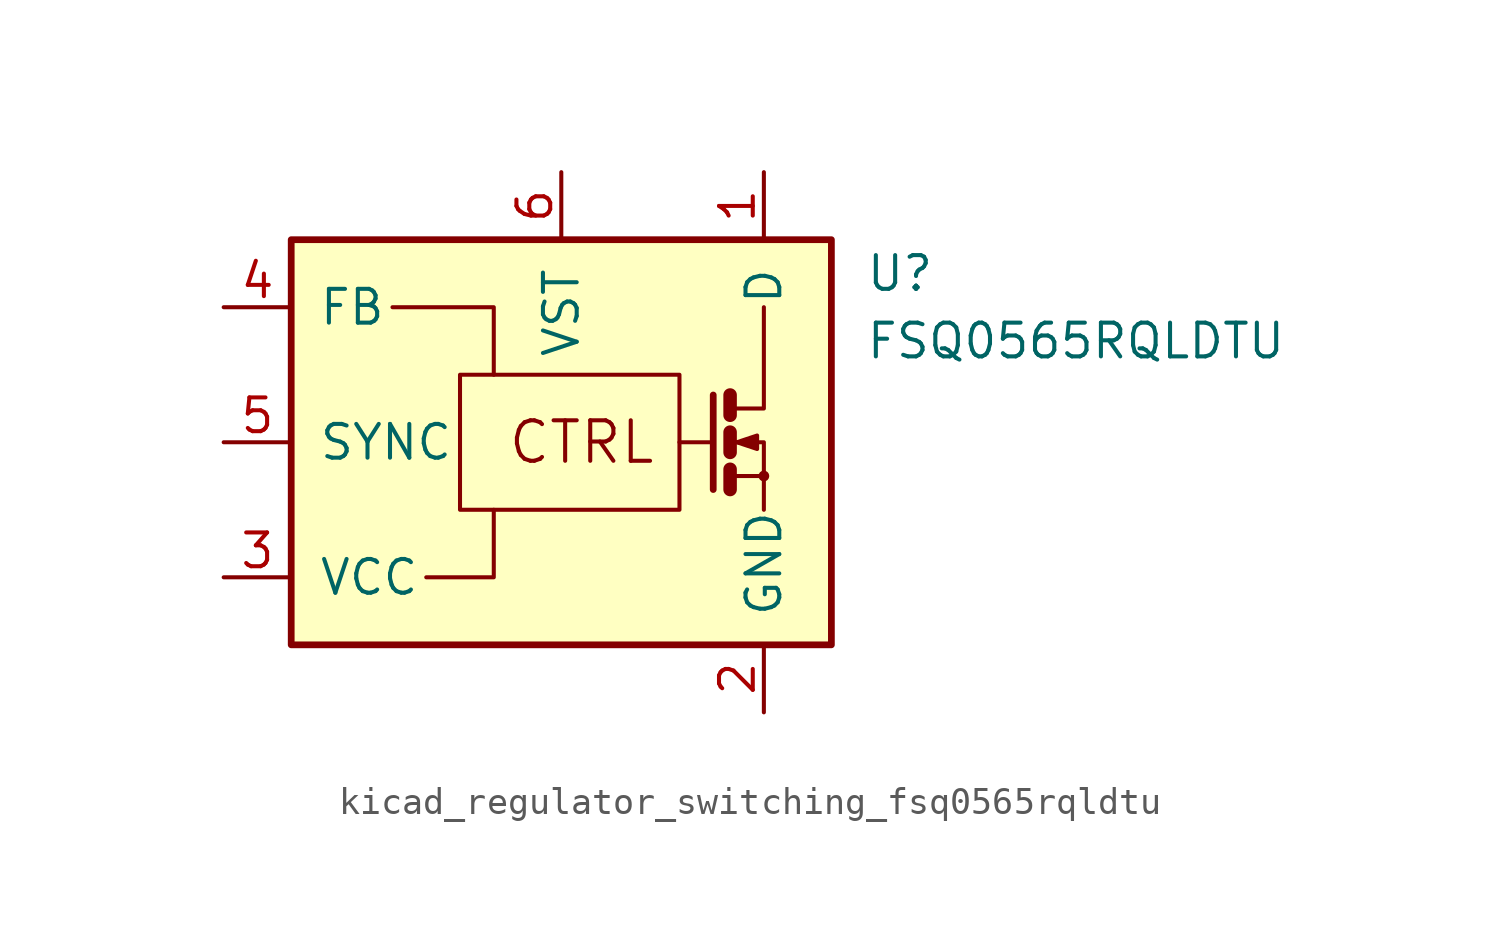
<source format=kicad_sym>
(kicad_symbol_lib
  (version 20220914)
  (generator kicad_symbol_editor)
  (symbol "kicad_regulator_switching_fsq0565rqldtu"
    (pin_names
      (offset 1.016))
    (property "Reference" "U"
      (at 11.43 6.35 0)
      (effects (font (size 1.27 1.27)) (justify left)))
    (property "Value" "FSQ0565RQLDTU"
      (at 11.43 3.81 0)
      (effects (font (size 1.27 1.27)) (justify left)))
    (symbol "kicad_regulator_switching_fsq0565rqldtu_0_0"
      (rectangle (start -10.16 7.62) (end 10.16 -7.62) (stroke (width 0.254) (type default)) (fill (type background)))
      (rectangle (start -3.81 2.54) (end 4.445 -2.54) (stroke (width 0) (type default)) (fill (type none)))
      (polyline (pts (xy 5.715 1.778) (xy 5.715 -1.778)) (stroke (width 0.254) (type default)) (fill (type none)))
      (polyline (pts (xy 6.35 -1.27) (xy 7.62 -1.27)) (stroke (width 0) (type default)) (fill (type none)))
      (polyline (pts (xy 6.35 -1.016) (xy 6.35 -1.778)) (stroke (width 0.508) (type default)) (fill (type none)))
      (polyline (pts (xy 6.35 0.381) (xy 6.35 -0.381)) (stroke (width 0.508) (type default)) (fill (type none)))
      (polyline (pts (xy 6.35 1.778) (xy 6.35 1.016)) (stroke (width 0.508) (type default)) (fill (type none)))
      (polyline (pts (xy 6.35 1.27) (xy 7.62 1.27) (xy 7.62 5.08)) (stroke (width 0) (type default)) (fill (type none)))
      (polyline (pts (xy 6.604 0) (xy 7.366 0.254) (xy 7.366 -0.254) (xy 6.604 0)) (stroke (width 0) (type default)) (fill (type outline)))
      (polyline (pts (xy 7.62 -1.905) (xy 7.62 -2.54) (xy 7.62 0) (xy 6.35 0)) (stroke (width 0) (type default)) (fill (type none)))
      (circle (center 7.62 -1.27) (radius 0.127) (stroke (width 0) (type default)) (fill (type none)))
      (text "CTRL" (at 0.762 0 0) (effects (font (size 1.524 1.524)))))
    (symbol "kicad_regulator_switching_fsq0565rqldtu_0_1"
      (polyline (pts (xy 4.445 0) (xy 5.715 0)) (stroke (width 0) (type default)) (fill (type none)))
      (polyline (pts (xy -6.35 5.08) (xy -2.54 5.08) (xy -2.54 2.54)) (stroke (width 0) (type default)) (fill (type none)))
      (polyline (pts (xy -5.08 -5.08) (xy -2.54 -5.08) (xy -2.54 -2.54)) (stroke (width 0) (type default)) (fill (type none))))
    (symbol "kicad_regulator_switching_fsq0565rqldtu_1_1"
      (pin passive line (at 7.62 10.16 270) (length 2.54) (name "D" (effects (font (size 1.27 1.27)))) (number "1" (effects (font (size 1.27 1.27)))))
      (pin power_in line (at 7.62 -10.16 90) (length 2.54) (name "GND" (effects (font (size 1.27 1.27)))) (number "2" (effects (font (size 1.27 1.27)))))
      (pin power_in line (at -12.7 -5.08 0) (length 2.54) (name "VCC" (effects (font (size 1.27 1.27)))) (number "3" (effects (font (size 1.27 1.27)))))
      (pin passive line (at -12.7 5.08 0) (length 2.54) (name "FB" (effects (font (size 1.27 1.27)))) (number "4" (effects (font (size 1.27 1.27)))))
      (pin passive line (at -12.7 0 0) (length 2.54) (name "SYNC" (effects (font (size 1.27 1.27)))) (number "5" (effects (font (size 1.27 1.27)))))
      (pin passive line (at 0 10.16 270) (length 2.54) (name "VST" (effects (font (size 1.27 1.27)))) (number "6" (effects (font (size 1.27 1.27))))))))
</source>
